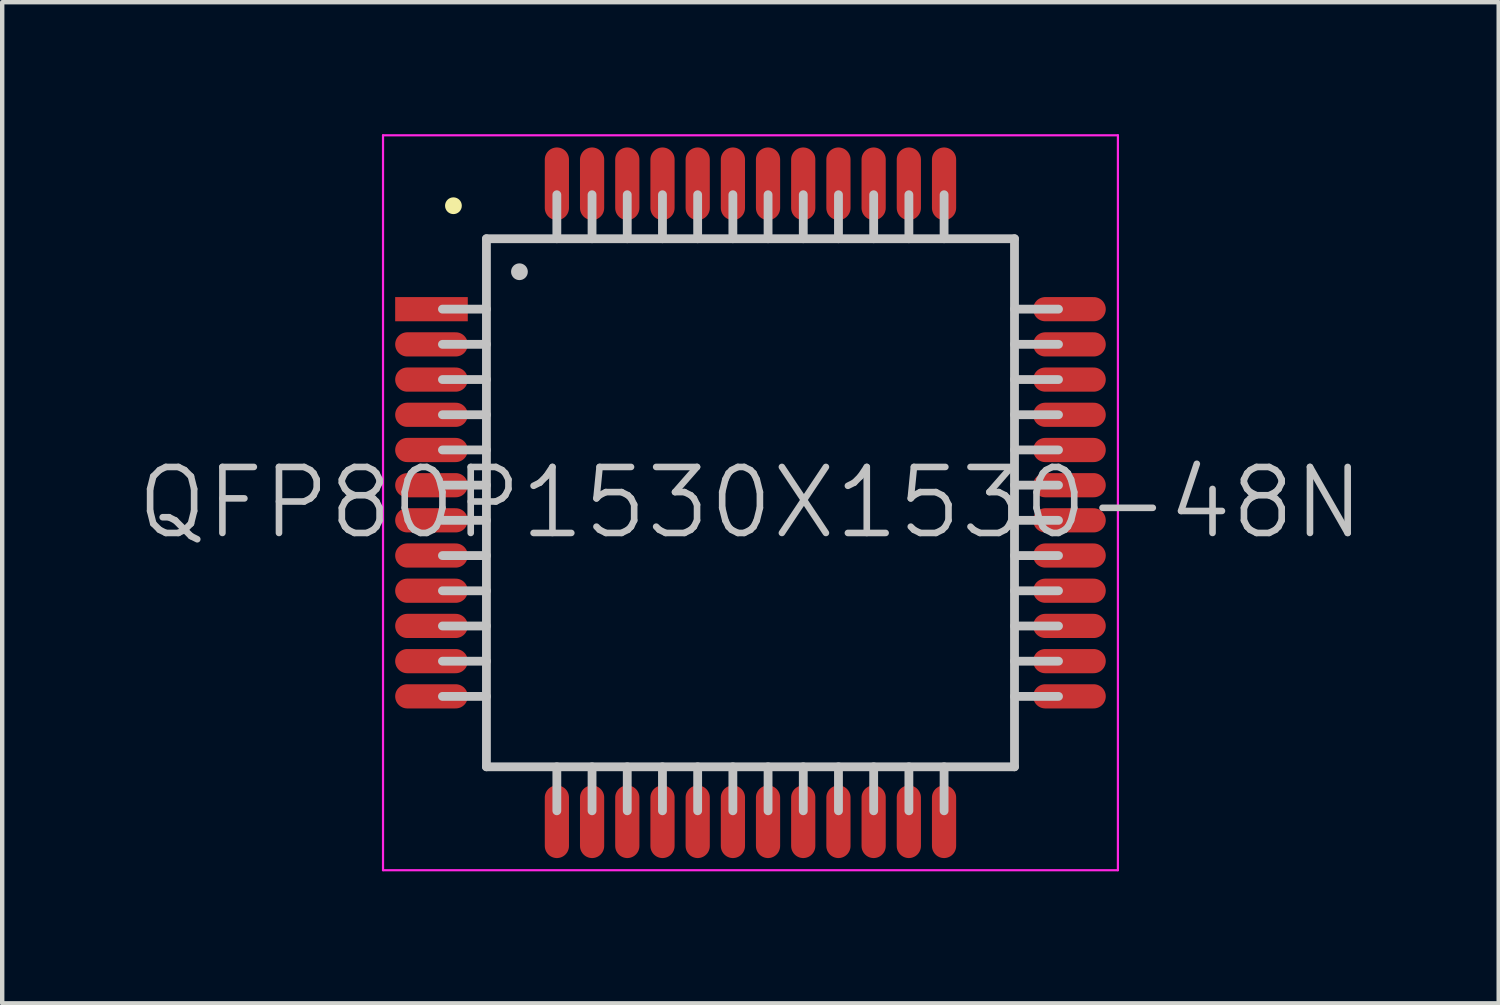
<source format=kicad_pcb>
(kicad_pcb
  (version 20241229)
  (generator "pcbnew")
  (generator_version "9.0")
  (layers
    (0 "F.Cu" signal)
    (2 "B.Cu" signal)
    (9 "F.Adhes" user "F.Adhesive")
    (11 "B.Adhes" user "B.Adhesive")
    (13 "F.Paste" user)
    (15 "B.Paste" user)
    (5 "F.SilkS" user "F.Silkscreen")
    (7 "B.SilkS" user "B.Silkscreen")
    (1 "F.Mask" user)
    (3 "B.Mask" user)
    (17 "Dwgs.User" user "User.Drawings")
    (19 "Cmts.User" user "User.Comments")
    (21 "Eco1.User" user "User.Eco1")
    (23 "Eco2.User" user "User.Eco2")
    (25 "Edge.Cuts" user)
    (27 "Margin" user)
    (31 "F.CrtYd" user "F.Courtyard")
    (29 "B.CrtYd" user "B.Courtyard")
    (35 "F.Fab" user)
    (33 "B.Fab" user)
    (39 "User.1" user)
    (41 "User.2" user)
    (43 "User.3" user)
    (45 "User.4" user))
  (footprint "QFP80P1530X1530-48N"
    (layer "F.Cu")
    (at 14.004 8.375)
    (property "Reference" "QFP80P1530X1530-48N" (at 0 0 0) (layer "Dwgs.User") (effects (font (size 1.5 1.5) (thickness 0.15))))
    (attr smd)
    (fp_line (start -6.75 -6.75) (end -6.75 -6.75) (stroke (width 0.381) (type solid)) (layer "F.SilkS"))
    (fp_line (start -6 -6) (end -6 6) (stroke (width 0.2) (type solid)) (layer "Dwgs.User"))
    (fp_line (start -6 -6) (end 6 -6) (stroke (width 0.2) (type solid)) (layer "Dwgs.User"))
    (fp_line (start -6 -4.4) (end -7 -4.4) (stroke (width 0.2) (type solid)) (layer "Dwgs.User"))
    (fp_line (start -6 -3.6) (end -7 -3.6) (stroke (width 0.2) (type solid)) (layer "Dwgs.User"))
    (fp_line (start -6 -2.8) (end -7 -2.8) (stroke (width 0.2) (type solid)) (layer "Dwgs.User"))
    (fp_line (start -6 -2) (end -7 -2) (stroke (width 0.2) (type solid)) (layer "Dwgs.User"))
    (fp_line (start -6 -1.2) (end -7 -1.2) (stroke (width 0.2) (type solid)) (layer "Dwgs.User"))
    (fp_line (start -6 -0.4) (end -7 -0.4) (stroke (width 0.2) (type solid)) (layer "Dwgs.User"))
    (fp_line (start -6 0.4) (end -7 0.4) (stroke (width 0.2) (type solid)) (layer "Dwgs.User"))
    (fp_line (start -6 1.2) (end -7 1.2) (stroke (width 0.2) (type solid)) (layer "Dwgs.User"))
    (fp_line (start -6 2) (end -7 2) (stroke (width 0.2) (type solid)) (layer "Dwgs.User"))
    (fp_line (start -6 2.8) (end -7 2.8) (stroke (width 0.2) (type solid)) (layer "Dwgs.User"))
    (fp_line (start -6 3.6) (end -7 3.6) (stroke (width 0.2) (type solid)) (layer "Dwgs.User"))
    (fp_line (start -6 4.4) (end -7 4.4) (stroke (width 0.2) (type solid)) (layer "Dwgs.User"))
    (fp_line (start -6 6) (end 6 6) (stroke (width 0.2) (type solid)) (layer "Dwgs.User"))
    (fp_line (start -5.25 -5.25) (end -5.25 -5.25) (stroke (width 0.381) (type solid)) (layer "Dwgs.User"))
    (fp_line (start -4.4 -6) (end -4.4 -7) (stroke (width 0.2) (type solid)) (layer "Dwgs.User"))
    (fp_line (start -4.4 7) (end -4.4 6) (stroke (width 0.2) (type solid)) (layer "Dwgs.User"))
    (fp_line (start -3.6 -6) (end -3.6 -7) (stroke (width 0.2) (type solid)) (layer "Dwgs.User"))
    (fp_line (start -3.6 7) (end -3.6 6) (stroke (width 0.2) (type solid)) (layer "Dwgs.User"))
    (fp_line (start -2.8 -6) (end -2.8 -7) (stroke (width 0.2) (type solid)) (layer "Dwgs.User"))
    (fp_line (start -2.8 7) (end -2.8 6) (stroke (width 0.2) (type solid)) (layer "Dwgs.User"))
    (fp_line (start -2 -6) (end -2 -7) (stroke (width 0.2) (type solid)) (layer "Dwgs.User"))
    (fp_line (start -2 7) (end -2 6) (stroke (width 0.2) (type solid)) (layer "Dwgs.User"))
    (fp_line (start -1.2 -6) (end -1.2 -7) (stroke (width 0.2) (type solid)) (layer "Dwgs.User"))
    (fp_line (start -1.2 7) (end -1.2 6) (stroke (width 0.2) (type solid)) (layer "Dwgs.User"))
    (fp_line (start -0.4 -6) (end -0.4 -7) (stroke (width 0.2) (type solid)) (layer "Dwgs.User"))
    (fp_line (start -0.4 7) (end -0.4 6) (stroke (width 0.2) (type solid)) (layer "Dwgs.User"))
    (fp_line (start 0.4 -6) (end 0.4 -7) (stroke (width 0.2) (type solid)) (layer "Dwgs.User"))
    (fp_line (start 0.4 7) (end 0.4 6) (stroke (width 0.2) (type solid)) (layer "Dwgs.User"))
    (fp_line (start 1.2 -6) (end 1.2 -7) (stroke (width 0.2) (type solid)) (layer "Dwgs.User"))
    (fp_line (start 1.2 7) (end 1.2 6) (stroke (width 0.2) (type solid)) (layer "Dwgs.User"))
    (fp_line (start 2 -6) (end 2 -7) (stroke (width 0.2) (type solid)) (layer "Dwgs.User"))
    (fp_line (start 2 7) (end 2 6) (stroke (width 0.2) (type solid)) (layer "Dwgs.User"))
    (fp_line (start 2.8 -6) (end 2.8 -7) (stroke (width 0.2) (type solid)) (layer "Dwgs.User"))
    (fp_line (start 2.8 7) (end 2.8 6) (stroke (width 0.2) (type solid)) (layer "Dwgs.User"))
    (fp_line (start 3.6 -6) (end 3.6 -7) (stroke (width 0.2) (type solid)) (layer "Dwgs.User"))
    (fp_line (start 3.6 7) (end 3.6 6) (stroke (width 0.2) (type solid)) (layer "Dwgs.User"))
    (fp_line (start 4.4 -6) (end 4.4 -7) (stroke (width 0.2) (type solid)) (layer "Dwgs.User"))
    (fp_line (start 4.4 7) (end 4.4 6) (stroke (width 0.2) (type solid)) (layer "Dwgs.User"))
    (fp_line (start 6 -6) (end 6 6) (stroke (width 0.2) (type solid)) (layer "Dwgs.User"))
    (fp_line (start 7 -4.4) (end 6 -4.4) (stroke (width 0.2) (type solid)) (layer "Dwgs.User"))
    (fp_line (start 7 -3.6) (end 6 -3.6) (stroke (width 0.2) (type solid)) (layer "Dwgs.User"))
    (fp_line (start 7 -2.8) (end 6 -2.8) (stroke (width 0.2) (type solid)) (layer "Dwgs.User"))
    (fp_line (start 7 -2) (end 6 -2) (stroke (width 0.2) (type solid)) (layer "Dwgs.User"))
    (fp_line (start 7 -1.2) (end 6 -1.2) (stroke (width 0.2) (type solid)) (layer "Dwgs.User"))
    (fp_line (start 7 -0.4) (end 6 -0.4) (stroke (width 0.2) (type solid)) (layer "Dwgs.User"))
    (fp_line (start 7 0.4) (end 6 0.4) (stroke (width 0.2) (type solid)) (layer "Dwgs.User"))
    (fp_line (start 7 1.2) (end 6 1.2) (stroke (width 0.2) (type solid)) (layer "Dwgs.User"))
    (fp_line (start 7 2) (end 6 2) (stroke (width 0.2) (type solid)) (layer "Dwgs.User"))
    (fp_line (start 7 2.8) (end 6 2.8) (stroke (width 0.2) (type solid)) (layer "Dwgs.User"))
    (fp_line (start 7 3.6) (end 6 3.6) (stroke (width 0.2) (type solid)) (layer "Dwgs.User"))
    (fp_line (start 7 4.4) (end 6 4.4) (stroke (width 0.2) (type solid)) (layer "Dwgs.User"))
    (fp_line (start -8.35 -8.35) (end -8.35 8.35) (stroke (width 0.05) (type solid)) (layer "F.CrtYd"))
    (fp_line (start -8.35 -8.35) (end 8.35 -8.35) (stroke (width 0.05) (type solid)) (layer "F.CrtYd"))
    (fp_line (start -8.35 8.35) (end 8.35 8.35) (stroke (width 0.05) (type solid)) (layer "F.CrtYd"))
    (fp_line (start 8.35 -8.35) (end 8.35 8.35) (stroke (width 0.05) (type solid)) (layer "F.CrtYd"))
    (pad "1" smd rect (at -7.249 -4.399 90) (size 0.55 1.65) (layers "F.Cu" "F.Mask" "F.Paste"))
    (pad "2" smd oval (at -7.249 -3.599 90) (size 0.55 1.65) (layers "F.Cu" "F.Mask" "F.Paste"))
    (pad "3" smd oval (at -7.249 -2.799 90) (size 0.55 1.65) (layers "F.Cu" "F.Mask" "F.Paste"))
    (pad "4" smd oval (at -7.249 -1.999 90) (size 0.55 1.65) (layers "F.Cu" "F.Mask" "F.Paste"))
    (pad "5" smd oval (at -7.249 -1.199 90) (size 0.55 1.65) (layers "F.Cu" "F.Mask" "F.Paste"))
    (pad "6" smd oval (at -7.249 -0.399 90) (size 0.55 1.65) (layers "F.Cu" "F.Mask" "F.Paste"))
    (pad "7" smd oval (at -7.249 0.399 90) (size 0.55 1.65) (layers "F.Cu" "F.Mask" "F.Paste"))
    (pad "8" smd oval (at -7.249 1.199 90) (size 0.55 1.65) (layers "F.Cu" "F.Mask" "F.Paste"))
    (pad "9" smd oval (at -7.249 1.999 90) (size 0.55 1.65) (layers "F.Cu" "F.Mask" "F.Paste"))
    (pad "10" smd oval (at -7.249 2.799 90) (size 0.55 1.65) (layers "F.Cu" "F.Mask" "F.Paste"))
    (pad "11" smd oval (at -7.249 3.599 90) (size 0.55 1.65) (layers "F.Cu" "F.Mask" "F.Paste"))
    (pad "12" smd oval (at -7.249 4.399 90) (size 0.55 1.65) (layers "F.Cu" "F.Mask" "F.Paste"))
    (pad "13" smd oval (at -4.399 7.249 180) (size 0.55 1.65) (layers "F.Cu" "F.Mask" "F.Paste"))
    (pad "14" smd oval (at -3.599 7.249 180) (size 0.55 1.65) (layers "F.Cu" "F.Mask" "F.Paste"))
    (pad "15" smd oval (at -2.799 7.249 180) (size 0.55 1.65) (layers "F.Cu" "F.Mask" "F.Paste"))
    (pad "16" smd oval (at -1.999 7.249 180) (size 0.55 1.65) (layers "F.Cu" "F.Mask" "F.Paste"))
    (pad "17" smd oval (at -1.199 7.249 180) (size 0.55 1.65) (layers "F.Cu" "F.Mask" "F.Paste"))
    (pad "18" smd oval (at -0.399 7.249 180) (size 0.55 1.65) (layers "F.Cu" "F.Mask" "F.Paste"))
    (pad "19" smd oval (at 0.399 7.249 180) (size 0.55 1.65) (layers "F.Cu" "F.Mask" "F.Paste"))
    (pad "20" smd oval (at 1.199 7.249 180) (size 0.55 1.65) (layers "F.Cu" "F.Mask" "F.Paste"))
    (pad "21" smd oval (at 1.999 7.249 180) (size 0.55 1.65) (layers "F.Cu" "F.Mask" "F.Paste"))
    (pad "22" smd oval (at 2.799 7.249 180) (size 0.55 1.65) (layers "F.Cu" "F.Mask" "F.Paste"))
    (pad "23" smd oval (at 3.599 7.249 180) (size 0.55 1.65) (layers "F.Cu" "F.Mask" "F.Paste"))
    (pad "24" smd oval (at 4.399 7.249 180) (size 0.55 1.65) (layers "F.Cu" "F.Mask" "F.Paste"))
    (pad "25" smd oval (at 7.249 4.399 270) (size 0.55 1.65) (layers "F.Cu" "F.Mask" "F.Paste"))
    (pad "26" smd oval (at 7.249 3.599 270) (size 0.55 1.65) (layers "F.Cu" "F.Mask" "F.Paste"))
    (pad "27" smd oval (at 7.249 2.799 270) (size 0.55 1.65) (layers "F.Cu" "F.Mask" "F.Paste"))
    (pad "28" smd oval (at 7.249 1.999 270) (size 0.55 1.65) (layers "F.Cu" "F.Mask" "F.Paste"))
    (pad "29" smd oval (at 7.249 1.199 270) (size 0.55 1.65) (layers "F.Cu" "F.Mask" "F.Paste"))
    (pad "30" smd oval (at 7.249 0.399 270) (size 0.55 1.65) (layers "F.Cu" "F.Mask" "F.Paste"))
    (pad "31" smd oval (at 7.249 -0.399 270) (size 0.55 1.65) (layers "F.Cu" "F.Mask" "F.Paste"))
    (pad "32" smd oval (at 7.249 -1.199 270) (size 0.55 1.65) (layers "F.Cu" "F.Mask" "F.Paste"))
    (pad "33" smd oval (at 7.249 -1.999 270) (size 0.55 1.65) (layers "F.Cu" "F.Mask" "F.Paste"))
    (pad "34" smd oval (at 7.249 -2.799 270) (size 0.55 1.65) (layers "F.Cu" "F.Mask" "F.Paste"))
    (pad "35" smd oval (at 7.249 -3.599 270) (size 0.55 1.65) (layers "F.Cu" "F.Mask" "F.Paste"))
    (pad "36" smd oval (at 7.249 -4.399 270) (size 0.55 1.65) (layers "F.Cu" "F.Mask" "F.Paste"))
    (pad "37" smd oval (at 4.399 -7.249) (size 0.55 1.65) (layers "F.Cu" "F.Mask" "F.Paste"))
    (pad "38" smd oval (at 3.599 -7.249) (size 0.55 1.65) (layers "F.Cu" "F.Mask" "F.Paste"))
    (pad "39" smd oval (at 2.799 -7.249) (size 0.55 1.65) (layers "F.Cu" "F.Mask" "F.Paste"))
    (pad "40" smd oval (at 1.999 -7.249) (size 0.55 1.65) (layers "F.Cu" "F.Mask" "F.Paste"))
    (pad "41" smd oval (at 1.199 -7.249) (size 0.55 1.65) (layers "F.Cu" "F.Mask" "F.Paste"))
    (pad "42" smd oval (at 0.399 -7.249) (size 0.55 1.65) (layers "F.Cu" "F.Mask" "F.Paste"))
    (pad "43" smd oval (at -0.399 -7.249) (size 0.55 1.65) (layers "F.Cu" "F.Mask" "F.Paste"))
    (pad "44" smd oval (at -1.199 -7.249) (size 0.55 1.65) (layers "F.Cu" "F.Mask" "F.Paste"))
    (pad "45" smd oval (at -1.999 -7.249) (size 0.55 1.65) (layers "F.Cu" "F.Mask" "F.Paste"))
    (pad "46" smd oval (at -2.799 -7.249) (size 0.55 1.65) (layers "F.Cu" "F.Mask" "F.Paste"))
    (pad "47" smd oval (at -3.599 -7.249) (size 0.55 1.65) (layers "F.Cu" "F.Mask" "F.Paste"))
    (pad "48" smd oval (at -4.399 -7.249) (size 0.55 1.65) (layers "F.Cu" "F.Mask" "F.Paste")))
  (gr_rect
    (start -3 -3)
    (end 31.007 19.75)
    (stroke (width 0.1) (type default))
    (fill no)
    (layer "Edge.Cuts")))
</source>
